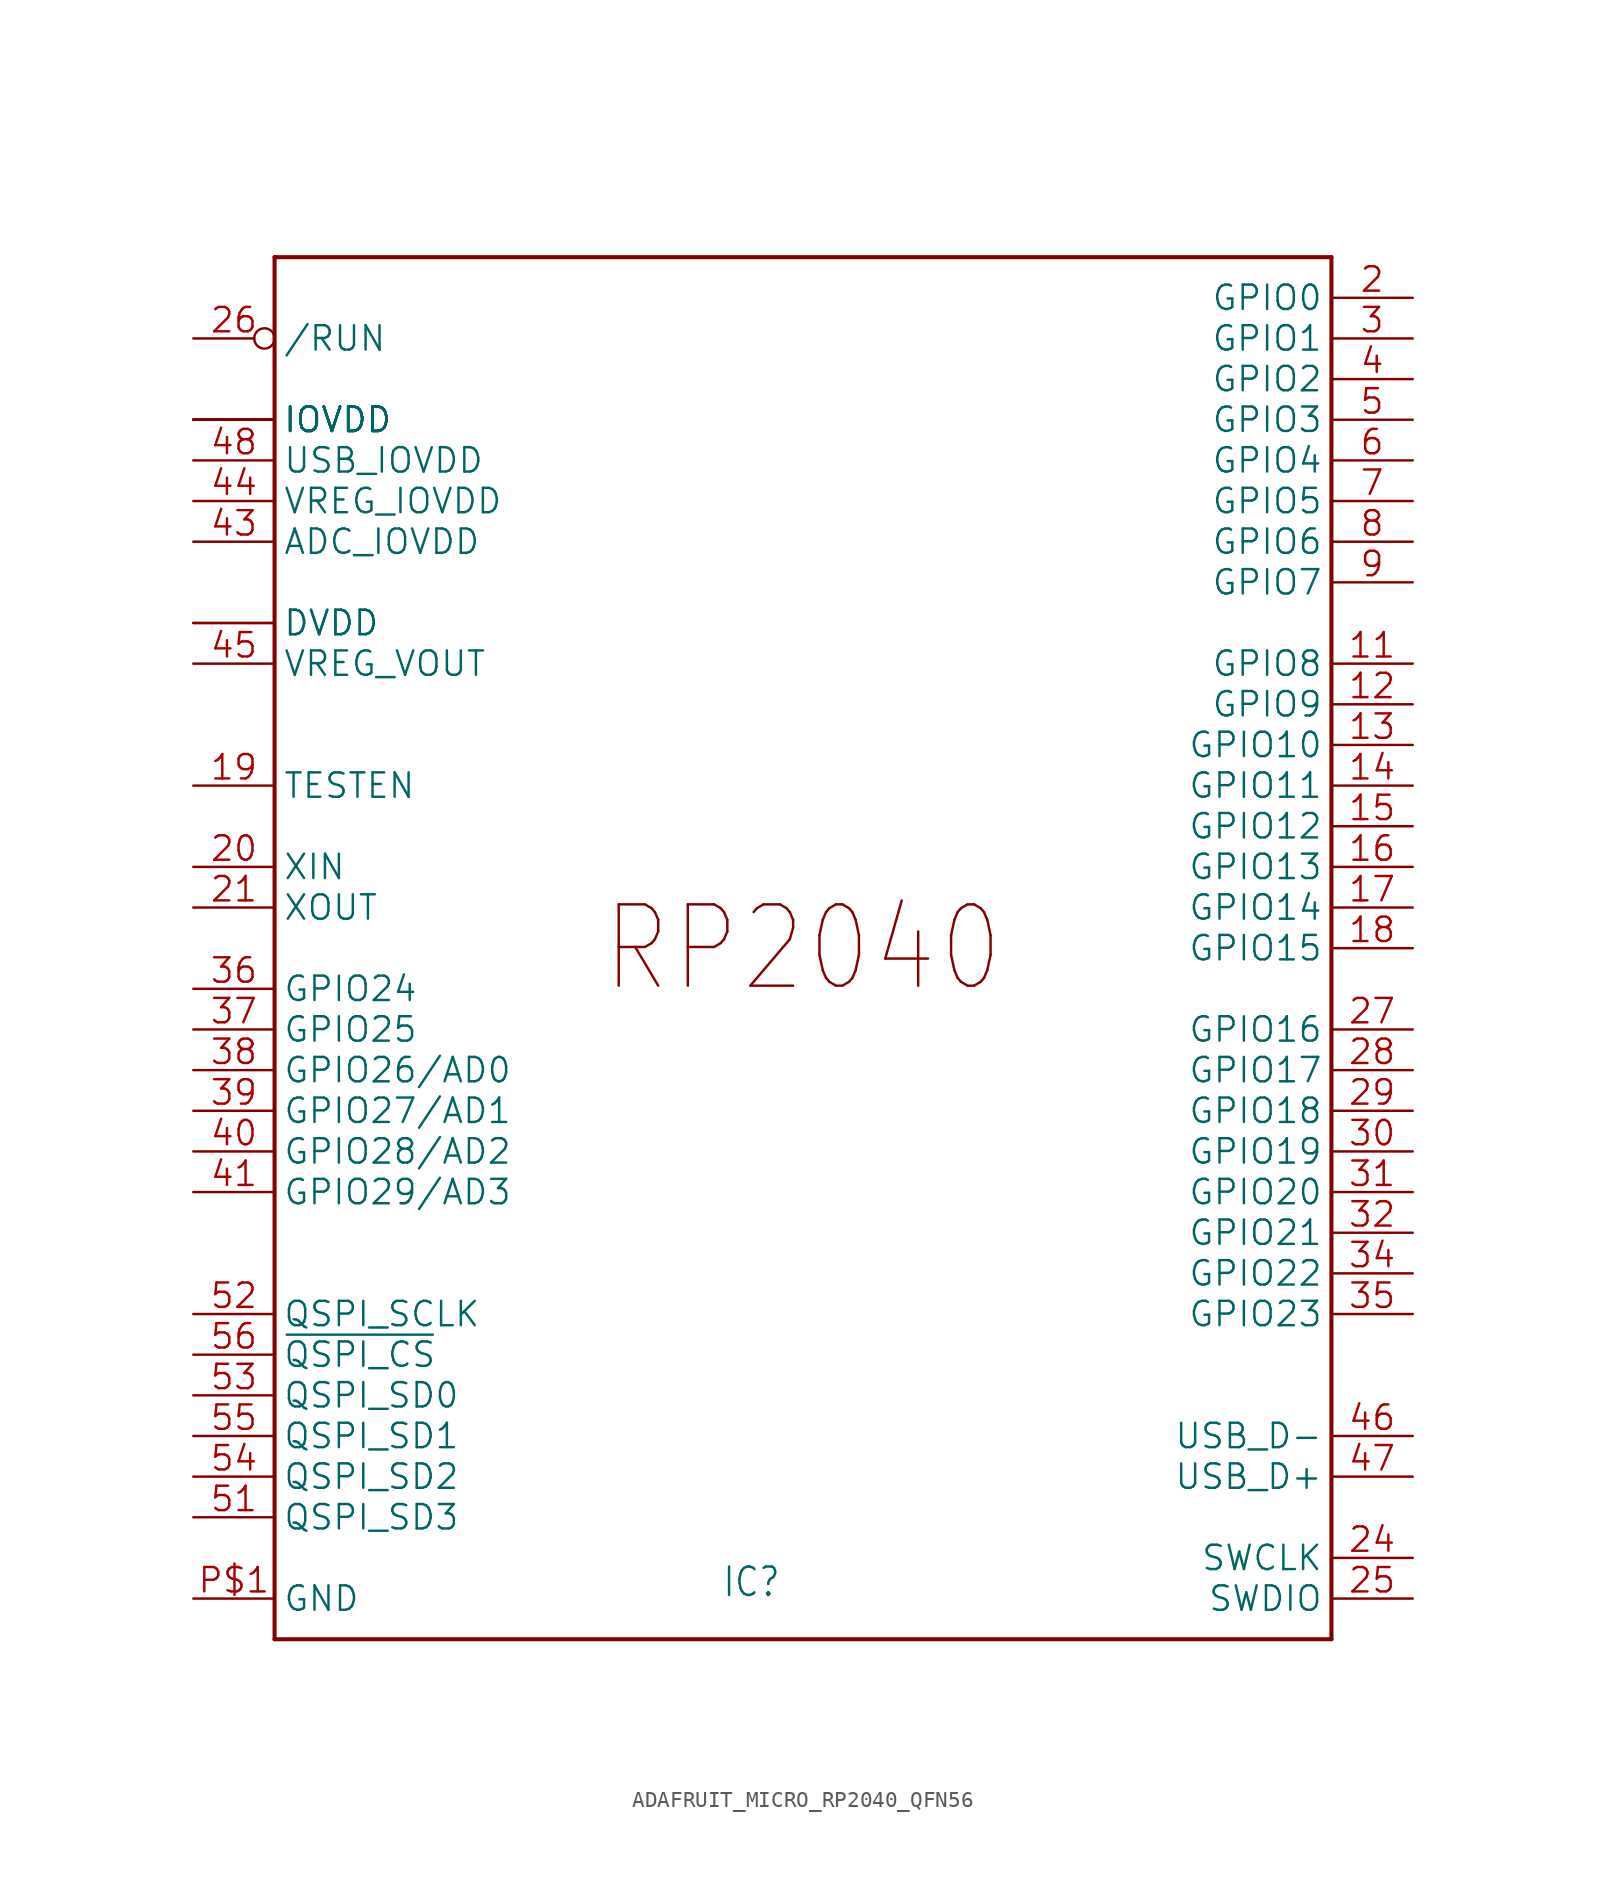
<source format=kicad_sym>
(kicad_symbol_lib
  (version 20241209)
  (generator "kicad_symbol_editor")
  (generator_version "9.0")
  (symbol "ADAFRUIT_MICRO_RP2040_QFN56"
    (property "Reference" "IC"
      (at -5.08 -40.64 0)
      (effects (font (size 1.778 1.511)) (justify left bottom)))
    (property "Value" ""
      (at -27.94 45.72 0)
      (effects (font (size 1.778 1.511)) (justify left bottom)))
    (property "ki_locked" ""
      (at 0 0 0)
      (effects (font (size 1.27 1.27))))
    (symbol "ADAFRUIT_MICRO_RP2040_QFN56_1_0"
      (polyline (pts (xy -33.02 43.18) (xy 33.02 43.18)) (stroke (width 0.254) (type solid)) (fill (type none)))
      (polyline (pts (xy -33.02 -43.18) (xy -33.02 43.18)) (stroke (width 0.254) (type solid)) (fill (type none)))
      (polyline (pts (xy 33.02 43.18) (xy 33.02 -43.18)) (stroke (width 0.254) (type solid)) (fill (type none)))
      (polyline (pts (xy 33.02 -43.18) (xy -33.02 -43.18)) (stroke (width 0.254) (type solid)) (fill (type none)))
      (text "RP2040" (at 0 0 0) (effects (font (size 5.08 4.318))))
      (pin bidirectional inverted (at -38.1 38.1 0) (length 5.08) (name "/RUN" (effects (font (size 1.524 1.524)))) (number "26" (effects (font (size 1.524 1.524)))))
      (pin power_in line (at -38.1 33.02 0) (length 5.08) (name "IOVDD" (effects (font (size 1.524 1.524)))) (number "1" (effects (font (size 0 0)))))
      (pin power_in line (at -38.1 33.02 0) (length 5.08) (name "IOVDD" (effects (font (size 1.524 1.524)))) (number "10" (effects (font (size 0 0)))))
      (pin power_in line (at -38.1 33.02 0) (length 5.08) (name "IOVDD" (effects (font (size 1.524 1.524)))) (number "22" (effects (font (size 0 0)))))
      (pin power_in line (at -38.1 33.02 0) (length 5.08) (name "IOVDD" (effects (font (size 1.524 1.524)))) (number "33" (effects (font (size 0 0)))))
      (pin power_in line (at -38.1 33.02 0) (length 5.08) (name "IOVDD" (effects (font (size 1.524 1.524)))) (number "42" (effects (font (size 0 0)))))
      (pin power_in line (at -38.1 33.02 0) (length 5.08) (name "IOVDD" (effects (font (size 1.524 1.524)))) (number "49" (effects (font (size 0 0)))))
      (pin power_in line (at -38.1 30.48 0) (length 5.08) (name "USB_IOVDD" (effects (font (size 1.524 1.524)))) (number "48" (effects (font (size 1.524 1.524)))))
      (pin power_in line (at -38.1 27.94 0) (length 5.08) (name "VREG_IOVDD" (effects (font (size 1.524 1.524)))) (number "44" (effects (font (size 1.524 1.524)))))
      (pin power_in line (at -38.1 25.4 0) (length 5.08) (name "ADC_IOVDD" (effects (font (size 1.524 1.524)))) (number "43" (effects (font (size 1.524 1.524)))))
      (pin power_in line (at -38.1 20.32 0) (length 5.08) (name "DVDD" (effects (font (size 1.524 1.524)))) (number "23" (effects (font (size 0 0)))))
      (pin power_in line (at -38.1 20.32 0) (length 5.08) (name "DVDD" (effects (font (size 1.524 1.524)))) (number "50" (effects (font (size 0 0)))))
      (pin power_in line (at -38.1 17.78 0) (length 5.08) (name "VREG_VOUT" (effects (font (size 1.524 1.524)))) (number "45" (effects (font (size 1.524 1.524)))))
      (pin input line (at -38.1 10.16 0) (length 5.08) (name "TESTEN" (effects (font (size 1.524 1.524)))) (number "19" (effects (font (size 1.524 1.524)))))
      (pin input line (at -38.1 5.08 0) (length 5.08) (name "XIN" (effects (font (size 1.524 1.524)))) (number "20" (effects (font (size 1.524 1.524)))))
      (pin output line (at -38.1 2.54 0) (length 5.08) (name "XOUT" (effects (font (size 1.524 1.524)))) (number "21" (effects (font (size 1.524 1.524)))))
      (pin bidirectional line (at -38.1 -2.54 0) (length 5.08) (name "GPIO24" (effects (font (size 1.524 1.524)))) (number "36" (effects (font (size 1.524 1.524)))))
      (pin bidirectional line (at -38.1 -5.08 0) (length 5.08) (name "GPIO25" (effects (font (size 1.524 1.524)))) (number "37" (effects (font (size 1.524 1.524)))))
      (pin bidirectional line (at -38.1 -7.62 0) (length 5.08) (name "GPIO26/AD0" (effects (font (size 1.524 1.524)))) (number "38" (effects (font (size 1.524 1.524)))))
      (pin bidirectional line (at -38.1 -10.16 0) (length 5.08) (name "GPIO27/AD1" (effects (font (size 1.524 1.524)))) (number "39" (effects (font (size 1.524 1.524)))))
      (pin bidirectional line (at -38.1 -12.7 0) (length 5.08) (name "GPIO28/AD2" (effects (font (size 1.524 1.524)))) (number "40" (effects (font (size 1.524 1.524)))))
      (pin bidirectional line (at -38.1 -15.24 0) (length 5.08) (name "GPIO29/AD3" (effects (font (size 1.524 1.524)))) (number "41" (effects (font (size 1.524 1.524)))))
      (pin bidirectional line (at -38.1 -22.86 0) (length 5.08) (name "QSPI_SCLK" (effects (font (size 1.524 1.524)))) (number "52" (effects (font (size 1.524 1.524)))))
      (pin bidirectional line (at -38.1 -25.4 0) (length 5.08) (name "~{QSPI_CS}" (effects (font (size 1.524 1.524)))) (number "56" (effects (font (size 1.524 1.524)))))
      (pin bidirectional line (at -38.1 -27.94 0) (length 5.08) (name "QSPI_SD0" (effects (font (size 1.524 1.524)))) (number "53" (effects (font (size 1.524 1.524)))))
      (pin bidirectional line (at -38.1 -30.48 0) (length 5.08) (name "QSPI_SD1" (effects (font (size 1.524 1.524)))) (number "55" (effects (font (size 1.524 1.524)))))
      (pin bidirectional line (at -38.1 -33.02 0) (length 5.08) (name "QSPI_SD2" (effects (font (size 1.524 1.524)))) (number "54" (effects (font (size 1.524 1.524)))))
      (pin bidirectional line (at -38.1 -35.56 0) (length 5.08) (name "QSPI_SD3" (effects (font (size 1.524 1.524)))) (number "51" (effects (font (size 1.524 1.524)))))
      (pin power_in line (at -38.1 -40.64 0) (length 5.08) (name "GND" (effects (font (size 1.524 1.524)))) (number "P$1" (effects (font (size 1.524 1.524)))))
      (pin bidirectional line (at 38.1 40.64 180) (length 5.08) (name "GPIO0" (effects (font (size 1.524 1.524)))) (number "2" (effects (font (size 1.524 1.524)))))
      (pin bidirectional line (at 38.1 38.1 180) (length 5.08) (name "GPIO1" (effects (font (size 1.524 1.524)))) (number "3" (effects (font (size 1.524 1.524)))))
      (pin bidirectional line (at 38.1 35.56 180) (length 5.08) (name "GPIO2" (effects (font (size 1.524 1.524)))) (number "4" (effects (font (size 1.524 1.524)))))
      (pin bidirectional line (at 38.1 33.02 180) (length 5.08) (name "GPIO3" (effects (font (size 1.524 1.524)))) (number "5" (effects (font (size 1.524 1.524)))))
      (pin bidirectional line (at 38.1 30.48 180) (length 5.08) (name "GPIO4" (effects (font (size 1.524 1.524)))) (number "6" (effects (font (size 1.524 1.524)))))
      (pin bidirectional line (at 38.1 27.94 180) (length 5.08) (name "GPIO5" (effects (font (size 1.524 1.524)))) (number "7" (effects (font (size 1.524 1.524)))))
      (pin bidirectional line (at 38.1 25.4 180) (length 5.08) (name "GPIO6" (effects (font (size 1.524 1.524)))) (number "8" (effects (font (size 1.524 1.524)))))
      (pin bidirectional line (at 38.1 22.86 180) (length 5.08) (name "GPIO7" (effects (font (size 1.524 1.524)))) (number "9" (effects (font (size 1.524 1.524)))))
      (pin bidirectional line (at 38.1 17.78 180) (length 5.08) (name "GPIO8" (effects (font (size 1.524 1.524)))) (number "11" (effects (font (size 1.524 1.524)))))
      (pin bidirectional line (at 38.1 15.24 180) (length 5.08) (name "GPIO9" (effects (font (size 1.524 1.524)))) (number "12" (effects (font (size 1.524 1.524)))))
      (pin bidirectional line (at 38.1 12.7 180) (length 5.08) (name "GPIO10" (effects (font (size 1.524 1.524)))) (number "13" (effects (font (size 1.524 1.524)))))
      (pin bidirectional line (at 38.1 10.16 180) (length 5.08) (name "GPIO11" (effects (font (size 1.524 1.524)))) (number "14" (effects (font (size 1.524 1.524)))))
      (pin bidirectional line (at 38.1 7.62 180) (length 5.08) (name "GPIO12" (effects (font (size 1.524 1.524)))) (number "15" (effects (font (size 1.524 1.524)))))
      (pin bidirectional line (at 38.1 5.08 180) (length 5.08) (name "GPIO13" (effects (font (size 1.524 1.524)))) (number "16" (effects (font (size 1.524 1.524)))))
      (pin bidirectional line (at 38.1 2.54 180) (length 5.08) (name "GPIO14" (effects (font (size 1.524 1.524)))) (number "17" (effects (font (size 1.524 1.524)))))
      (pin bidirectional line (at 38.1 0 180) (length 5.08) (name "GPIO15" (effects (font (size 1.524 1.524)))) (number "18" (effects (font (size 1.524 1.524)))))
      (pin bidirectional line (at 38.1 -5.08 180) (length 5.08) (name "GPIO16" (effects (font (size 1.524 1.524)))) (number "27" (effects (font (size 1.524 1.524)))))
      (pin bidirectional line (at 38.1 -7.62 180) (length 5.08) (name "GPIO17" (effects (font (size 1.524 1.524)))) (number "28" (effects (font (size 1.524 1.524)))))
      (pin bidirectional line (at 38.1 -10.16 180) (length 5.08) (name "GPIO18" (effects (font (size 1.524 1.524)))) (number "29" (effects (font (size 1.524 1.524)))))
      (pin bidirectional line (at 38.1 -12.7 180) (length 5.08) (name "GPIO19" (effects (font (size 1.524 1.524)))) (number "30" (effects (font (size 1.524 1.524)))))
      (pin bidirectional line (at 38.1 -15.24 180) (length 5.08) (name "GPIO20" (effects (font (size 1.524 1.524)))) (number "31" (effects (font (size 1.524 1.524)))))
      (pin bidirectional line (at 38.1 -17.78 180) (length 5.08) (name "GPIO21" (effects (font (size 1.524 1.524)))) (number "32" (effects (font (size 1.524 1.524)))))
      (pin bidirectional line (at 38.1 -20.32 180) (length 5.08) (name "GPIO22" (effects (font (size 1.524 1.524)))) (number "34" (effects (font (size 1.524 1.524)))))
      (pin bidirectional line (at 38.1 -22.86 180) (length 5.08) (name "GPIO23" (effects (font (size 1.524 1.524)))) (number "35" (effects (font (size 1.524 1.524)))))
      (pin bidirectional line (at 38.1 -30.48 180) (length 5.08) (name "USB_D-" (effects (font (size 1.524 1.524)))) (number "46" (effects (font (size 1.524 1.524)))))
      (pin bidirectional line (at 38.1 -33.02 180) (length 5.08) (name "USB_D+" (effects (font (size 1.524 1.524)))) (number "47" (effects (font (size 1.524 1.524)))))
      (pin bidirectional line (at 38.1 -38.1 180) (length 5.08) (name "SWCLK" (effects (font (size 1.524 1.524)))) (number "24" (effects (font (size 1.524 1.524)))))
      (pin bidirectional line (at 38.1 -40.64 180) (length 5.08) (name "SWDIO" (effects (font (size 1.524 1.524)))) (number "25" (effects (font (size 1.524 1.524))))))))
</source>
